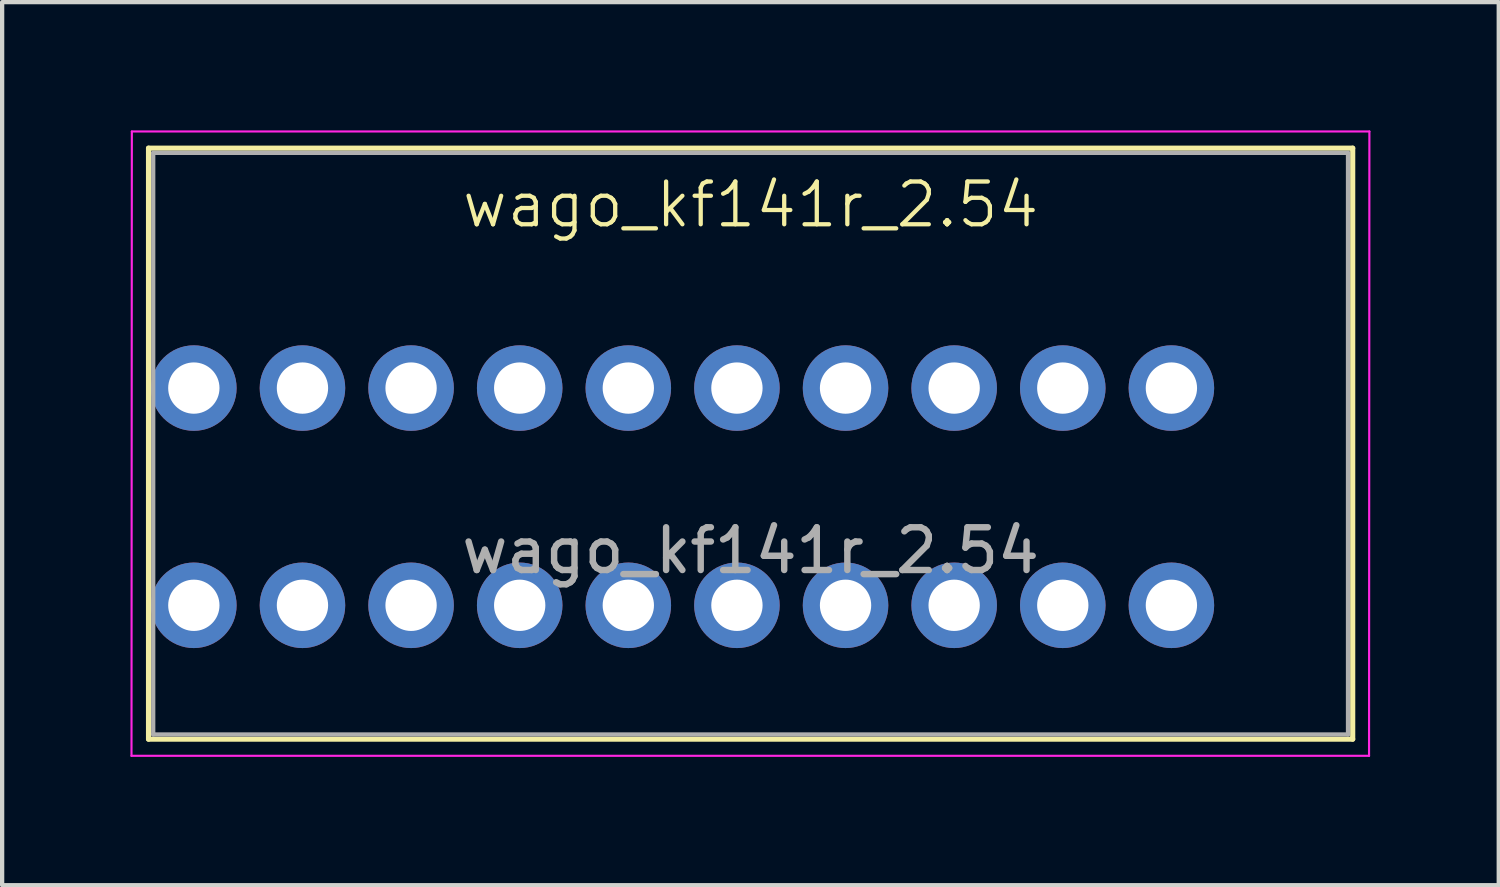
<source format=kicad_pcb>
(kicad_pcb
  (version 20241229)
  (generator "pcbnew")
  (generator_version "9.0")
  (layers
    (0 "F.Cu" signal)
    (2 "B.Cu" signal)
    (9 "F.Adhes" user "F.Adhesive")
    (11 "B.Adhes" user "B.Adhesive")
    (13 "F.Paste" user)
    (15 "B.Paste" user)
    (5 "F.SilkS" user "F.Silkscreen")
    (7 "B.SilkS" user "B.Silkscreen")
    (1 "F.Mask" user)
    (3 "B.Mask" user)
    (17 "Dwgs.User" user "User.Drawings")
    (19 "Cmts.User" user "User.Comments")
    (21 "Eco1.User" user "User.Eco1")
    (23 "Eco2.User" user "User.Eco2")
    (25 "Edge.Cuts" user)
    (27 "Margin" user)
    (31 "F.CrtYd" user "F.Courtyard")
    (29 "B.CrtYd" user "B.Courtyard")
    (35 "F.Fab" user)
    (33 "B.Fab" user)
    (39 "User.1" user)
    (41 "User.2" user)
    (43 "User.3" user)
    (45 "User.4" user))
  (footprint "wago_kf141r_2.54"
    (layer "F.Cu")
    (at 14.503 7.325)
    (property "Reference" "wago_kf141r_2.54" (at 0 -5.588 0) (unlocked yes) (layer "F.SilkS") (effects (font (size 1 1) (thickness 0.1))))
    (attr through_hole)
    (fp_line (start -14.08 -6.91) (end -14.08 6.91) (stroke (width 0.12) (type default)) (layer "F.SilkS"))
    (fp_line (start -14.08 -6.91) (end 14.08 -6.91) (stroke (width 0.12) (type default)) (layer "F.SilkS"))
    (fp_line (start -14.08 6.91) (end 14.08 6.91) (stroke (width 0.12) (type default)) (layer "F.SilkS"))
    (fp_line (start 14.08 -6.91) (end 14.08 6.91) (stroke (width 0.12) (type default)) (layer "F.SilkS"))
    (fp_line (start -14.478 7.3) (end 14.462 7.3) (stroke (width 0.05) (type default)) (layer "F.CrtYd"))
    (fp_line (start -14.47 -7.3) (end -14.478 7.3) (stroke (width 0.05) (type default)) (layer "F.CrtYd"))
    (fp_line (start -14.47 -7.3) (end 14.47 -7.3) (stroke (width 0.05) (type default)) (layer "F.CrtYd"))
    (fp_line (start 14.47 -7.3) (end 14.462 7.3) (stroke (width 0.05) (type default)) (layer "F.CrtYd"))
    (fp_line (start -13.97 -6.8) (end -13.97 6.8) (stroke (width 0.1) (type default)) (layer "F.Fab"))
    (fp_line (start -13.97 -6.8) (end 13.97 -6.8) (stroke (width 0.1) (type default)) (layer "F.Fab"))
    (fp_line (start -13.97 6.8) (end 13.97 6.8) (stroke (width 0.1) (type default)) (layer "F.Fab"))
    (fp_line (start 13.97 -6.8) (end 13.97 6.8) (stroke (width 0.1) (type default)) (layer "F.Fab"))
    (fp_text user "${REFERENCE}" (at 0 2.5 0) (unlocked yes) (layer "F.Fab") (effects (font (size 1 1) (thickness 0.15))))
    (pad "1" thru_hole circle (at -13.02 -1.3) (size 2 2) (drill 1.2) (layers "*.Cu" "*.Mask"))
    (pad "1" thru_hole circle (at -13.02 3.78) (size 2 2) (drill 1.2) (layers "*.Cu" "*.Mask"))
    (pad "2" thru_hole circle (at -10.48 -1.3) (size 2 2) (drill 1.2) (layers "*.Cu" "*.Mask"))
    (pad "2" thru_hole circle (at -10.48 3.78) (size 2 2) (drill 1.2) (layers "*.Cu" "*.Mask"))
    (pad "3" thru_hole circle (at -7.94 -1.3) (size 2 2) (drill 1.2) (layers "*.Cu" "*.Mask"))
    (pad "3" thru_hole circle (at -7.94 3.78) (size 2 2) (drill 1.2) (layers "*.Cu" "*.Mask"))
    (pad "4" thru_hole circle (at -5.4 -1.3) (size 2 2) (drill 1.2) (layers "*.Cu" "*.Mask"))
    (pad "4" thru_hole circle (at -5.4 3.78) (size 2 2) (drill 1.2) (layers "*.Cu" "*.Mask"))
    (pad "5" thru_hole circle (at -2.86 -1.3) (size 2 2) (drill 1.2) (layers "*.Cu" "*.Mask"))
    (pad "5" thru_hole circle (at -2.86 3.78) (size 2 2) (drill 1.2) (layers "*.Cu" "*.Mask"))
    (pad "6" thru_hole circle (at -0.32 -1.3) (size 2 2) (drill 1.2) (layers "*.Cu" "*.Mask"))
    (pad "6" thru_hole circle (at -0.32 3.78) (size 2 2) (drill 1.2) (layers "*.Cu" "*.Mask"))
    (pad "7" thru_hole circle (at 2.22 -1.3) (size 2 2) (drill 1.2) (layers "*.Cu" "*.Mask"))
    (pad "7" thru_hole circle (at 2.22 3.78) (size 2 2) (drill 1.2) (layers "*.Cu" "*.Mask"))
    (pad "8" thru_hole circle (at 4.76 -1.3) (size 2 2) (drill 1.2) (layers "*.Cu" "*.Mask"))
    (pad "8" thru_hole circle (at 4.76 3.78) (size 2 2) (drill 1.2) (layers "*.Cu" "*.Mask"))
    (pad "9" thru_hole circle (at 7.3 -1.3) (size 2 2) (drill 1.2) (layers "*.Cu" "*.Mask"))
    (pad "9" thru_hole circle (at 7.3 3.78) (size 2 2) (drill 1.2) (layers "*.Cu" "*.Mask"))
    (pad "10" thru_hole circle (at 9.84 -1.3) (size 2 2) (drill 1.2) (layers "*.Cu" "*.Mask"))
    (pad "10" thru_hole circle (at 9.84 3.78) (size 2 2) (drill 1.2) (layers "*.Cu" "*.Mask")))
  (gr_rect
    (start -3 -3)
    (end 31.998 17.65)
    (stroke (width 0.1) (type default))
    (fill no)
    (layer "Edge.Cuts")))
</source>
